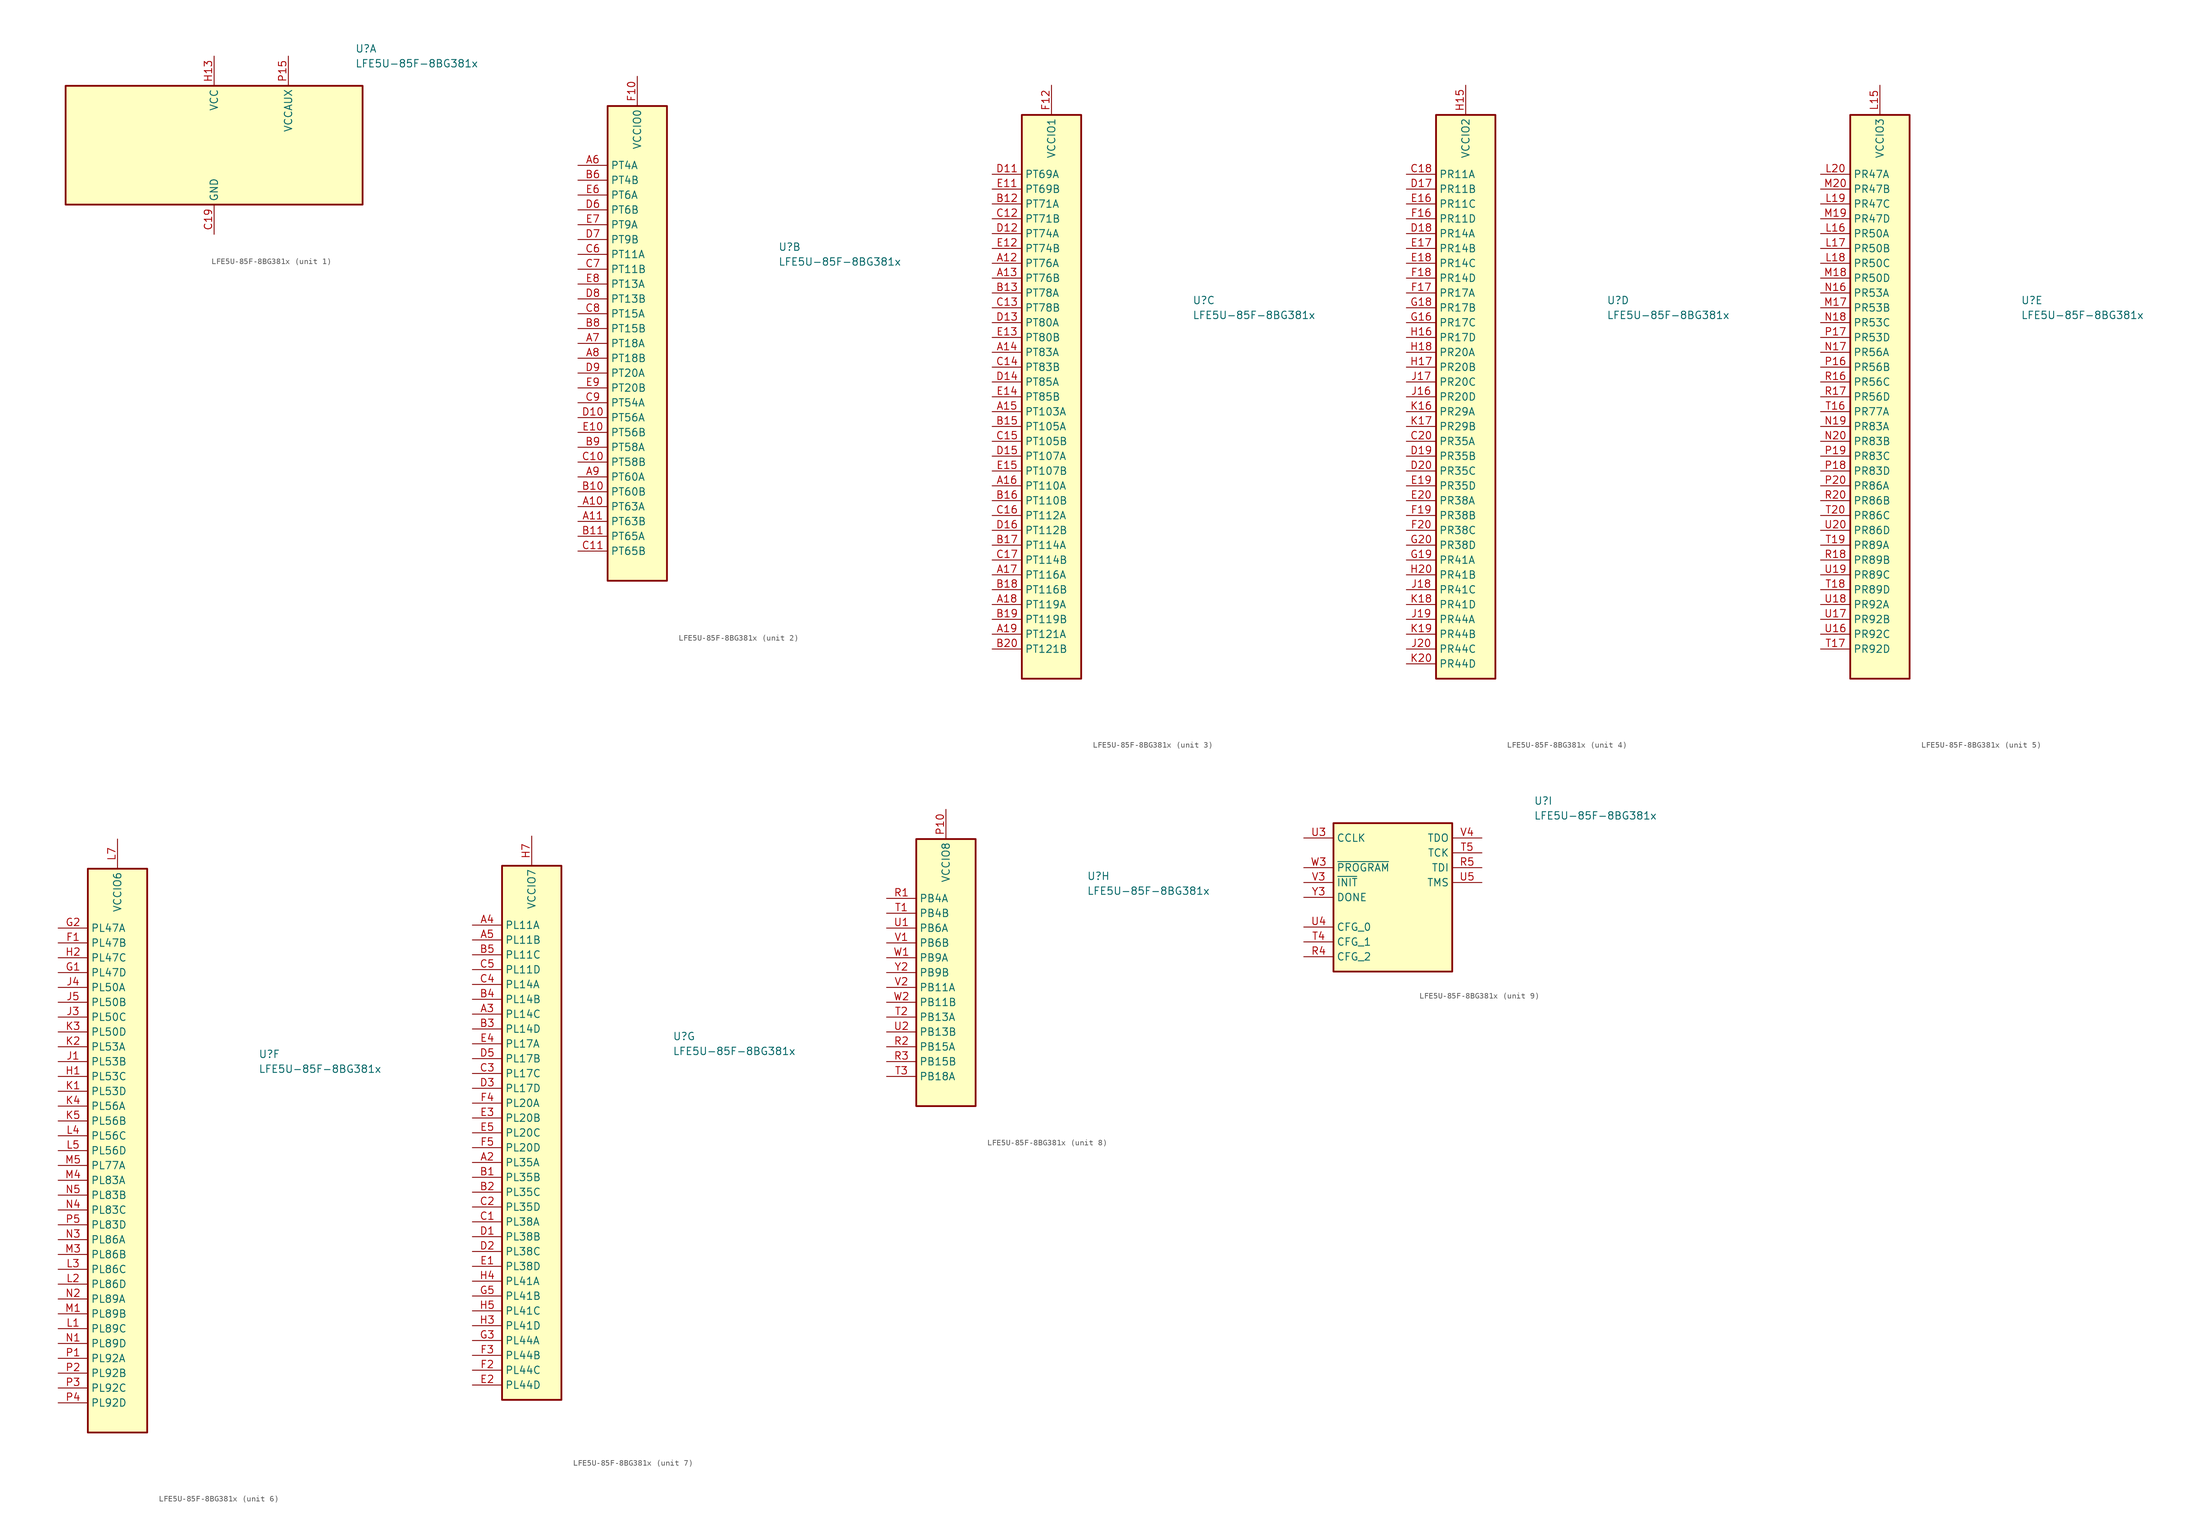
<source format=kicad_sym>
(kicad_symbol_lib
  (version 20241209)
  (generator "kicad_symbol_editor")
  (generator_version "9.0")
  (symbol "LFE5U-85F-8BG381x"
    (property "Reference" "U"
      (at 24.13 16.51 0)
      (effects (font (size 1.27 1.27)) (justify left)))
    (property "Value" "LFE5U-85F-8BG381x"
      (at 24.13 13.97 0)
      (effects (font (size 1.27 1.27)) (justify left)))
    (property "ki_locked" ""
      (at 0 0 0)
      (effects (font (size 1.27 1.27))))
    (symbol "LFE5U-85F-8BG381x_1_1"
      (rectangle (start -25.4 10.16) (end 25.4 -10.16) (stroke (width 0.305) (type default)) (fill (type background)))
      (pin no_connect line (at -25.4 2.54 0) (length 5.08) hide (name "RESERVED" (effects (font (size 1.27 1.27)))) (number "W4" (effects (font (size 1.27 1.27)))))
      (pin no_connect line (at -25.4 0 0) (length 5.08) hide (name "RESERVED" (effects (font (size 1.27 1.27)))) (number "W5" (effects (font (size 1.27 1.27)))))
      (pin no_connect line (at -25.4 -2.54 0) (length 5.08) hide (name "RESERVED" (effects (font (size 1.27 1.27)))) (number "W8" (effects (font (size 1.27 1.27)))))
      (pin no_connect line (at -25.4 -5.08 0) (length 5.08) hide (name "RESERVED" (effects (font (size 1.27 1.27)))) (number "W9" (effects (font (size 1.27 1.27)))))
      (pin passive line (at 0 15.24 270) (length 5.08) hide (name "VCC" (effects (font (size 1.27 1.27)))) (number "H10" (effects (font (size 1.27 1.27)))))
      (pin passive line (at 0 15.24 270) (length 5.08) hide (name "VCC" (effects (font (size 1.27 1.27)))) (number "H11" (effects (font (size 1.27 1.27)))))
      (pin passive line (at 0 15.24 270) (length 5.08) hide (name "VCC" (effects (font (size 1.27 1.27)))) (number "H12" (effects (font (size 1.27 1.27)))))
      (pin power_in line (at 0 15.24 270) (length 5.08) (name "VCC" (effects (font (size 1.27 1.27)))) (number "H13" (effects (font (size 1.27 1.27)))))
      (pin passive line (at 0 15.24 270) (length 5.08) hide (name "VCC" (effects (font (size 1.27 1.27)))) (number "H8" (effects (font (size 1.27 1.27)))))
      (pin passive line (at 0 15.24 270) (length 5.08) hide (name "VCC" (effects (font (size 1.27 1.27)))) (number "H9" (effects (font (size 1.27 1.27)))))
      (pin passive line (at 0 15.24 270) (length 5.08) hide (name "VCC" (effects (font (size 1.27 1.27)))) (number "J13" (effects (font (size 1.27 1.27)))))
      (pin passive line (at 0 15.24 270) (length 5.08) hide (name "VCC" (effects (font (size 1.27 1.27)))) (number "J8" (effects (font (size 1.27 1.27)))))
      (pin passive line (at 0 15.24 270) (length 5.08) hide (name "VCC" (effects (font (size 1.27 1.27)))) (number "K13" (effects (font (size 1.27 1.27)))))
      (pin passive line (at 0 15.24 270) (length 5.08) hide (name "VCC" (effects (font (size 1.27 1.27)))) (number "K8" (effects (font (size 1.27 1.27)))))
      (pin passive line (at 0 15.24 270) (length 5.08) hide (name "VCC" (effects (font (size 1.27 1.27)))) (number "L13" (effects (font (size 1.27 1.27)))))
      (pin passive line (at 0 15.24 270) (length 5.08) hide (name "VCC" (effects (font (size 1.27 1.27)))) (number "L8" (effects (font (size 1.27 1.27)))))
      (pin passive line (at 0 15.24 270) (length 5.08) hide (name "VCC" (effects (font (size 1.27 1.27)))) (number "M13" (effects (font (size 1.27 1.27)))))
      (pin passive line (at 0 15.24 270) (length 5.08) hide (name "VCC" (effects (font (size 1.27 1.27)))) (number "M8" (effects (font (size 1.27 1.27)))))
      (pin passive line (at 0 15.24 270) (length 5.08) hide (name "VCC" (effects (font (size 1.27 1.27)))) (number "N10" (effects (font (size 1.27 1.27)))))
      (pin passive line (at 0 15.24 270) (length 5.08) hide (name "VCC" (effects (font (size 1.27 1.27)))) (number "N11" (effects (font (size 1.27 1.27)))))
      (pin passive line (at 0 15.24 270) (length 5.08) hide (name "VCC" (effects (font (size 1.27 1.27)))) (number "N12" (effects (font (size 1.27 1.27)))))
      (pin passive line (at 0 15.24 270) (length 5.08) hide (name "VCC" (effects (font (size 1.27 1.27)))) (number "N13" (effects (font (size 1.27 1.27)))))
      (pin passive line (at 0 15.24 270) (length 5.08) hide (name "VCC" (effects (font (size 1.27 1.27)))) (number "N8" (effects (font (size 1.27 1.27)))))
      (pin passive line (at 0 15.24 270) (length 5.08) hide (name "VCC" (effects (font (size 1.27 1.27)))) (number "N9" (effects (font (size 1.27 1.27)))))
      (pin passive line (at 0 -15.24 90) (length 5.08) hide (name "GND" (effects (font (size 1.27 1.27)))) (number "B14" (effects (font (size 1.27 1.27)))))
      (pin passive line (at 0 -15.24 90) (length 5.08) hide (name "GND" (effects (font (size 1.27 1.27)))) (number "B7" (effects (font (size 1.27 1.27)))))
      (pin power_in line (at 0 -15.24 90) (length 5.08) (name "GND" (effects (font (size 1.27 1.27)))) (number "C19" (effects (font (size 1.27 1.27)))))
      (pin passive line (at 0 -15.24 90) (length 5.08) hide (name "GND" (effects (font (size 1.27 1.27)))) (number "D4" (effects (font (size 1.27 1.27)))))
      (pin passive line (at 0 -15.24 90) (length 5.08) hide (name "GND" (effects (font (size 1.27 1.27)))) (number "F13" (effects (font (size 1.27 1.27)))))
      (pin passive line (at 0 -15.24 90) (length 5.08) hide (name "GND" (effects (font (size 1.27 1.27)))) (number "F14" (effects (font (size 1.27 1.27)))))
      (pin passive line (at 0 -15.24 90) (length 5.08) hide (name "GND" (effects (font (size 1.27 1.27)))) (number "F7" (effects (font (size 1.27 1.27)))))
      (pin passive line (at 0 -15.24 90) (length 5.08) hide (name "GND" (effects (font (size 1.27 1.27)))) (number "F8" (effects (font (size 1.27 1.27)))))
      (pin passive line (at 0 -15.24 90) (length 5.08) hide (name "GND" (effects (font (size 1.27 1.27)))) (number "G10" (effects (font (size 1.27 1.27)))))
      (pin passive line (at 0 -15.24 90) (length 5.08) hide (name "GND" (effects (font (size 1.27 1.27)))) (number "G11" (effects (font (size 1.27 1.27)))))
      (pin passive line (at 0 -15.24 90) (length 5.08) hide (name "GND" (effects (font (size 1.27 1.27)))) (number "G12" (effects (font (size 1.27 1.27)))))
      (pin passive line (at 0 -15.24 90) (length 5.08) hide (name "GND" (effects (font (size 1.27 1.27)))) (number "G13" (effects (font (size 1.27 1.27)))))
      (pin passive line (at 0 -15.24 90) (length 5.08) hide (name "GND" (effects (font (size 1.27 1.27)))) (number "G14" (effects (font (size 1.27 1.27)))))
      (pin passive line (at 0 -15.24 90) (length 5.08) hide (name "GND" (effects (font (size 1.27 1.27)))) (number "G15" (effects (font (size 1.27 1.27)))))
      (pin passive line (at 0 -15.24 90) (length 5.08) hide (name "GND" (effects (font (size 1.27 1.27)))) (number "G17" (effects (font (size 1.27 1.27)))))
      (pin passive line (at 0 -15.24 90) (length 5.08) hide (name "GND" (effects (font (size 1.27 1.27)))) (number "G4" (effects (font (size 1.27 1.27)))))
      (pin passive line (at 0 -15.24 90) (length 5.08) hide (name "GND" (effects (font (size 1.27 1.27)))) (number "G6" (effects (font (size 1.27 1.27)))))
      (pin passive line (at 0 -15.24 90) (length 5.08) hide (name "GND" (effects (font (size 1.27 1.27)))) (number "G7" (effects (font (size 1.27 1.27)))))
      (pin passive line (at 0 -15.24 90) (length 5.08) hide (name "GND" (effects (font (size 1.27 1.27)))) (number "G8" (effects (font (size 1.27 1.27)))))
      (pin passive line (at 0 -15.24 90) (length 5.08) hide (name "GND" (effects (font (size 1.27 1.27)))) (number "G9" (effects (font (size 1.27 1.27)))))
      (pin passive line (at 0 -15.24 90) (length 5.08) hide (name "GND" (effects (font (size 1.27 1.27)))) (number "H19" (effects (font (size 1.27 1.27)))))
      (pin passive line (at 0 -15.24 90) (length 5.08) hide (name "GND" (effects (font (size 1.27 1.27)))) (number "J10" (effects (font (size 1.27 1.27)))))
      (pin passive line (at 0 -15.24 90) (length 5.08) hide (name "GND" (effects (font (size 1.27 1.27)))) (number "J11" (effects (font (size 1.27 1.27)))))
      (pin passive line (at 0 -15.24 90) (length 5.08) hide (name "GND" (effects (font (size 1.27 1.27)))) (number "J12" (effects (font (size 1.27 1.27)))))
      (pin passive line (at 0 -15.24 90) (length 5.08) hide (name "GND" (effects (font (size 1.27 1.27)))) (number "J14" (effects (font (size 1.27 1.27)))))
      (pin passive line (at 0 -15.24 90) (length 5.08) hide (name "GND" (effects (font (size 1.27 1.27)))) (number "J2" (effects (font (size 1.27 1.27)))))
      (pin passive line (at 0 -15.24 90) (length 5.08) hide (name "GND" (effects (font (size 1.27 1.27)))) (number "J7" (effects (font (size 1.27 1.27)))))
      (pin passive line (at 0 -15.24 90) (length 5.08) hide (name "GND" (effects (font (size 1.27 1.27)))) (number "J9" (effects (font (size 1.27 1.27)))))
      (pin passive line (at 0 -15.24 90) (length 5.08) hide (name "GND" (effects (font (size 1.27 1.27)))) (number "K10" (effects (font (size 1.27 1.27)))))
      (pin passive line (at 0 -15.24 90) (length 5.08) hide (name "GND" (effects (font (size 1.27 1.27)))) (number "K11" (effects (font (size 1.27 1.27)))))
      (pin passive line (at 0 -15.24 90) (length 5.08) hide (name "GND" (effects (font (size 1.27 1.27)))) (number "K12" (effects (font (size 1.27 1.27)))))
      (pin passive line (at 0 -15.24 90) (length 5.08) hide (name "GND" (effects (font (size 1.27 1.27)))) (number "K14" (effects (font (size 1.27 1.27)))))
      (pin passive line (at 0 -15.24 90) (length 5.08) hide (name "GND" (effects (font (size 1.27 1.27)))) (number "K15" (effects (font (size 1.27 1.27)))))
      (pin passive line (at 0 -15.24 90) (length 5.08) hide (name "GND" (effects (font (size 1.27 1.27)))) (number "K6" (effects (font (size 1.27 1.27)))))
      (pin passive line (at 0 -15.24 90) (length 5.08) hide (name "GND" (effects (font (size 1.27 1.27)))) (number "K7" (effects (font (size 1.27 1.27)))))
      (pin passive line (at 0 -15.24 90) (length 5.08) hide (name "GND" (effects (font (size 1.27 1.27)))) (number "K9" (effects (font (size 1.27 1.27)))))
      (pin passive line (at 0 -15.24 90) (length 5.08) hide (name "GND" (effects (font (size 1.27 1.27)))) (number "L10" (effects (font (size 1.27 1.27)))))
      (pin passive line (at 0 -15.24 90) (length 5.08) hide (name "GND" (effects (font (size 1.27 1.27)))) (number "L11" (effects (font (size 1.27 1.27)))))
      (pin passive line (at 0 -15.24 90) (length 5.08) hide (name "GND" (effects (font (size 1.27 1.27)))) (number "L12" (effects (font (size 1.27 1.27)))))
      (pin passive line (at 0 -15.24 90) (length 5.08) hide (name "GND" (effects (font (size 1.27 1.27)))) (number "L9" (effects (font (size 1.27 1.27)))))
      (pin passive line (at 0 -15.24 90) (length 5.08) hide (name "GND" (effects (font (size 1.27 1.27)))) (number "M10" (effects (font (size 1.27 1.27)))))
      (pin passive line (at 0 -15.24 90) (length 5.08) hide (name "GND" (effects (font (size 1.27 1.27)))) (number "M11" (effects (font (size 1.27 1.27)))))
      (pin passive line (at 0 -15.24 90) (length 5.08) hide (name "GND" (effects (font (size 1.27 1.27)))) (number "M12" (effects (font (size 1.27 1.27)))))
      (pin passive line (at 0 -15.24 90) (length 5.08) hide (name "GND" (effects (font (size 1.27 1.27)))) (number "M14" (effects (font (size 1.27 1.27)))))
      (pin passive line (at 0 -15.24 90) (length 5.08) hide (name "GND" (effects (font (size 1.27 1.27)))) (number "M16" (effects (font (size 1.27 1.27)))))
      (pin passive line (at 0 -15.24 90) (length 5.08) hide (name "GND" (effects (font (size 1.27 1.27)))) (number "M2" (effects (font (size 1.27 1.27)))))
      (pin passive line (at 0 -15.24 90) (length 5.08) hide (name "GND" (effects (font (size 1.27 1.27)))) (number "M7" (effects (font (size 1.27 1.27)))))
      (pin passive line (at 0 -15.24 90) (length 5.08) hide (name "GND" (effects (font (size 1.27 1.27)))) (number "M9" (effects (font (size 1.27 1.27)))))
      (pin passive line (at 0 -15.24 90) (length 5.08) hide (name "GND" (effects (font (size 1.27 1.27)))) (number "N14" (effects (font (size 1.27 1.27)))))
      (pin passive line (at 0 -15.24 90) (length 5.08) hide (name "GND" (effects (font (size 1.27 1.27)))) (number "N15" (effects (font (size 1.27 1.27)))))
      (pin passive line (at 0 -15.24 90) (length 5.08) hide (name "GND" (effects (font (size 1.27 1.27)))) (number "N6" (effects (font (size 1.27 1.27)))))
      (pin passive line (at 0 -15.24 90) (length 5.08) hide (name "GND" (effects (font (size 1.27 1.27)))) (number "N7" (effects (font (size 1.27 1.27)))))
      (pin passive line (at 0 -15.24 90) (length 5.08) hide (name "GND" (effects (font (size 1.27 1.27)))) (number "P11" (effects (font (size 1.27 1.27)))))
      (pin passive line (at 0 -15.24 90) (length 5.08) hide (name "GND" (effects (font (size 1.27 1.27)))) (number "P12" (effects (font (size 1.27 1.27)))))
      (pin passive line (at 0 -15.24 90) (length 5.08) hide (name "GND" (effects (font (size 1.27 1.27)))) (number "P13" (effects (font (size 1.27 1.27)))))
      (pin passive line (at 0 -15.24 90) (length 5.08) hide (name "GND" (effects (font (size 1.27 1.27)))) (number "P14" (effects (font (size 1.27 1.27)))))
      (pin passive line (at 0 -15.24 90) (length 5.08) hide (name "GND" (effects (font (size 1.27 1.27)))) (number "P7" (effects (font (size 1.27 1.27)))))
      (pin passive line (at 0 -15.24 90) (length 5.08) hide (name "GND" (effects (font (size 1.27 1.27)))) (number "P8" (effects (font (size 1.27 1.27)))))
      (pin passive line (at 0 -15.24 90) (length 5.08) hide (name "GND" (effects (font (size 1.27 1.27)))) (number "R19" (effects (font (size 1.27 1.27)))))
      (pin passive line (at 0 -15.24 90) (length 5.08) hide (name "GND" (effects (font (size 1.27 1.27)))) (number "T10" (effects (font (size 1.27 1.27)))))
      (pin passive line (at 0 -15.24 90) (length 5.08) hide (name "GND" (effects (font (size 1.27 1.27)))) (number "T11" (effects (font (size 1.27 1.27)))))
      (pin passive line (at 0 -15.24 90) (length 5.08) hide (name "GND" (effects (font (size 1.27 1.27)))) (number "T12" (effects (font (size 1.27 1.27)))))
      (pin passive line (at 0 -15.24 90) (length 5.08) hide (name "GND" (effects (font (size 1.27 1.27)))) (number "T13" (effects (font (size 1.27 1.27)))))
      (pin passive line (at 0 -15.24 90) (length 5.08) hide (name "GND" (effects (font (size 1.27 1.27)))) (number "T14" (effects (font (size 1.27 1.27)))))
      (pin passive line (at 0 -15.24 90) (length 5.08) hide (name "GND" (effects (font (size 1.27 1.27)))) (number "T15" (effects (font (size 1.27 1.27)))))
      (pin passive line (at 0 -15.24 90) (length 5.08) hide (name "GND" (effects (font (size 1.27 1.27)))) (number "T6" (effects (font (size 1.27 1.27)))))
      (pin passive line (at 0 -15.24 90) (length 5.08) hide (name "GND" (effects (font (size 1.27 1.27)))) (number "T7" (effects (font (size 1.27 1.27)))))
      (pin passive line (at 0 -15.24 90) (length 5.08) hide (name "GND" (effects (font (size 1.27 1.27)))) (number "T8" (effects (font (size 1.27 1.27)))))
      (pin passive line (at 0 -15.24 90) (length 5.08) hide (name "GND" (effects (font (size 1.27 1.27)))) (number "T9" (effects (font (size 1.27 1.27)))))
      (pin passive line (at 0 -15.24 90) (length 5.08) hide (name "GND" (effects (font (size 1.27 1.27)))) (number "U10" (effects (font (size 1.27 1.27)))))
      (pin passive line (at 0 -15.24 90) (length 5.08) hide (name "GND" (effects (font (size 1.27 1.27)))) (number "U11" (effects (font (size 1.27 1.27)))))
      (pin passive line (at 0 -15.24 90) (length 5.08) hide (name "GND" (effects (font (size 1.27 1.27)))) (number "U12" (effects (font (size 1.27 1.27)))))
      (pin passive line (at 0 -15.24 90) (length 5.08) hide (name "GND" (effects (font (size 1.27 1.27)))) (number "U13" (effects (font (size 1.27 1.27)))))
      (pin passive line (at 0 -15.24 90) (length 5.08) hide (name "GND" (effects (font (size 1.27 1.27)))) (number "U14" (effects (font (size 1.27 1.27)))))
      (pin passive line (at 0 -15.24 90) (length 5.08) hide (name "GND" (effects (font (size 1.27 1.27)))) (number "U15" (effects (font (size 1.27 1.27)))))
      (pin passive line (at 0 -15.24 90) (length 5.08) hide (name "GND" (effects (font (size 1.27 1.27)))) (number "U6" (effects (font (size 1.27 1.27)))))
      (pin passive line (at 0 -15.24 90) (length 5.08) hide (name "GND" (effects (font (size 1.27 1.27)))) (number "U7" (effects (font (size 1.27 1.27)))))
      (pin passive line (at 0 -15.24 90) (length 5.08) hide (name "GND" (effects (font (size 1.27 1.27)))) (number "U8" (effects (font (size 1.27 1.27)))))
      (pin passive line (at 0 -15.24 90) (length 5.08) hide (name "GND" (effects (font (size 1.27 1.27)))) (number "U9" (effects (font (size 1.27 1.27)))))
      (pin passive line (at 0 -15.24 90) (length 5.08) hide (name "GND" (effects (font (size 1.27 1.27)))) (number "V10" (effects (font (size 1.27 1.27)))))
      (pin passive line (at 0 -15.24 90) (length 5.08) hide (name "GND" (effects (font (size 1.27 1.27)))) (number "V11" (effects (font (size 1.27 1.27)))))
      (pin passive line (at 0 -15.24 90) (length 5.08) hide (name "GND" (effects (font (size 1.27 1.27)))) (number "V12" (effects (font (size 1.27 1.27)))))
      (pin passive line (at 0 -15.24 90) (length 5.08) hide (name "GND" (effects (font (size 1.27 1.27)))) (number "V13" (effects (font (size 1.27 1.27)))))
      (pin passive line (at 0 -15.24 90) (length 5.08) hide (name "GND" (effects (font (size 1.27 1.27)))) (number "V14" (effects (font (size 1.27 1.27)))))
      (pin passive line (at 0 -15.24 90) (length 5.08) hide (name "GND" (effects (font (size 1.27 1.27)))) (number "V15" (effects (font (size 1.27 1.27)))))
      (pin passive line (at 0 -15.24 90) (length 5.08) hide (name "GND" (effects (font (size 1.27 1.27)))) (number "V16" (effects (font (size 1.27 1.27)))))
      (pin passive line (at 0 -15.24 90) (length 5.08) hide (name "GND" (effects (font (size 1.27 1.27)))) (number "V17" (effects (font (size 1.27 1.27)))))
      (pin passive line (at 0 -15.24 90) (length 5.08) hide (name "GND" (effects (font (size 1.27 1.27)))) (number "V18" (effects (font (size 1.27 1.27)))))
      (pin passive line (at 0 -15.24 90) (length 5.08) hide (name "GND" (effects (font (size 1.27 1.27)))) (number "V19" (effects (font (size 1.27 1.27)))))
      (pin passive line (at 0 -15.24 90) (length 5.08) hide (name "GND" (effects (font (size 1.27 1.27)))) (number "V20" (effects (font (size 1.27 1.27)))))
      (pin passive line (at 0 -15.24 90) (length 5.08) hide (name "GND" (effects (font (size 1.27 1.27)))) (number "V5" (effects (font (size 1.27 1.27)))))
      (pin passive line (at 0 -15.24 90) (length 5.08) hide (name "GND" (effects (font (size 1.27 1.27)))) (number "V6" (effects (font (size 1.27 1.27)))))
      (pin passive line (at 0 -15.24 90) (length 5.08) hide (name "GND" (effects (font (size 1.27 1.27)))) (number "V7" (effects (font (size 1.27 1.27)))))
      (pin passive line (at 0 -15.24 90) (length 5.08) hide (name "GND" (effects (font (size 1.27 1.27)))) (number "V8" (effects (font (size 1.27 1.27)))))
      (pin passive line (at 0 -15.24 90) (length 5.08) hide (name "GND" (effects (font (size 1.27 1.27)))) (number "V9" (effects (font (size 1.27 1.27)))))
      (pin passive line (at 0 -15.24 90) (length 5.08) hide (name "GND" (effects (font (size 1.27 1.27)))) (number "W12" (effects (font (size 1.27 1.27)))))
      (pin passive line (at 0 -15.24 90) (length 5.08) hide (name "GND" (effects (font (size 1.27 1.27)))) (number "W15" (effects (font (size 1.27 1.27)))))
      (pin passive line (at 0 -15.24 90) (length 5.08) hide (name "GND" (effects (font (size 1.27 1.27)))) (number "W16" (effects (font (size 1.27 1.27)))))
      (pin passive line (at 0 -15.24 90) (length 5.08) hide (name "GND" (effects (font (size 1.27 1.27)))) (number "W19" (effects (font (size 1.27 1.27)))))
      (pin passive line (at 0 -15.24 90) (length 5.08) hide (name "GND" (effects (font (size 1.27 1.27)))) (number "W20" (effects (font (size 1.27 1.27)))))
      (pin passive line (at 0 -15.24 90) (length 5.08) hide (name "GND" (effects (font (size 1.27 1.27)))) (number "W6" (effects (font (size 1.27 1.27)))))
      (pin passive line (at 0 -15.24 90) (length 5.08) hide (name "GND" (effects (font (size 1.27 1.27)))) (number "W7" (effects (font (size 1.27 1.27)))))
      (pin passive line (at 0 -15.24 90) (length 5.08) hide (name "GND" (effects (font (size 1.27 1.27)))) (number "Y11" (effects (font (size 1.27 1.27)))))
      (pin passive line (at 0 -15.24 90) (length 5.08) hide (name "GND" (effects (font (size 1.27 1.27)))) (number "Y12" (effects (font (size 1.27 1.27)))))
      (pin passive line (at 0 -15.24 90) (length 5.08) hide (name "GND" (effects (font (size 1.27 1.27)))) (number "Y14" (effects (font (size 1.27 1.27)))))
      (pin passive line (at 0 -15.24 90) (length 5.08) hide (name "GND" (effects (font (size 1.27 1.27)))) (number "Y15" (effects (font (size 1.27 1.27)))))
      (pin passive line (at 0 -15.24 90) (length 5.08) hide (name "GND" (effects (font (size 1.27 1.27)))) (number "Y16" (effects (font (size 1.27 1.27)))))
      (pin passive line (at 0 -15.24 90) (length 5.08) hide (name "GND" (effects (font (size 1.27 1.27)))) (number "Y17" (effects (font (size 1.27 1.27)))))
      (pin passive line (at 0 -15.24 90) (length 5.08) hide (name "GND" (effects (font (size 1.27 1.27)))) (number "Y19" (effects (font (size 1.27 1.27)))))
      (pin passive line (at 0 -15.24 90) (length 5.08) hide (name "GND" (effects (font (size 1.27 1.27)))) (number "Y5" (effects (font (size 1.27 1.27)))))
      (pin passive line (at 0 -15.24 90) (length 5.08) hide (name "GND" (effects (font (size 1.27 1.27)))) (number "Y6" (effects (font (size 1.27 1.27)))))
      (pin passive line (at 0 -15.24 90) (length 5.08) hide (name "GND" (effects (font (size 1.27 1.27)))) (number "Y7" (effects (font (size 1.27 1.27)))))
      (pin passive line (at 0 -15.24 90) (length 5.08) hide (name "GND" (effects (font (size 1.27 1.27)))) (number "Y8" (effects (font (size 1.27 1.27)))))
      (pin passive line (at 12.7 15.24 270) (length 5.08) hide (name "VCCAUX" (effects (font (size 1.27 1.27)))) (number "F15" (effects (font (size 1.27 1.27)))))
      (pin passive line (at 12.7 15.24 270) (length 5.08) hide (name "VCCAUX" (effects (font (size 1.27 1.27)))) (number "F6" (effects (font (size 1.27 1.27)))))
      (pin power_in line (at 12.7 15.24 270) (length 5.08) (name "VCCAUX" (effects (font (size 1.27 1.27)))) (number "P15" (effects (font (size 1.27 1.27)))))
      (pin passive line (at 12.7 15.24 270) (length 5.08) hide (name "VCCAUX" (effects (font (size 1.27 1.27)))) (number "P6" (effects (font (size 1.27 1.27)))))
      (pin no_connect line (at 25.4 2.54 180) (length 5.08) hide (name "RESERVED" (effects (font (size 1.27 1.27)))) (number "W18" (effects (font (size 1.27 1.27)))))
      (pin no_connect line (at 25.4 0 180) (length 5.08) hide (name "RESERVED" (effects (font (size 1.27 1.27)))) (number "W17" (effects (font (size 1.27 1.27)))))
      (pin no_connect line (at 25.4 -2.54 180) (length 5.08) hide (name "RESERVED" (effects (font (size 1.27 1.27)))) (number "W14" (effects (font (size 1.27 1.27)))))
      (pin no_connect line (at 25.4 -5.08 180) (length 5.08) hide (name "RESERVED" (effects (font (size 1.27 1.27)))) (number "W13" (effects (font (size 1.27 1.27))))))
    (symbol "LFE5U-85F-8BG381x_2_1"
      (rectangle (start -5.08 40.64) (end 5.08 -40.64) (stroke (width 0.305) (type default)) (fill (type background)))
      (pin bidirectional line (at -10.16 30.48 0) (length 5.08) (name "PT4A" (effects (font (size 1.27 1.27)))) (number "A6" (effects (font (size 1.27 1.27)))))
      (pin bidirectional line (at -10.16 27.94 0) (length 5.08) (name "PT4B" (effects (font (size 1.27 1.27)))) (number "B6" (effects (font (size 1.27 1.27)))))
      (pin bidirectional line (at -10.16 25.4 0) (length 5.08) (name "PT6A" (effects (font (size 1.27 1.27)))) (number "E6" (effects (font (size 1.27 1.27)))))
      (pin bidirectional line (at -10.16 22.86 0) (length 5.08) (name "PT6B" (effects (font (size 1.27 1.27)))) (number "D6" (effects (font (size 1.27 1.27)))))
      (pin bidirectional line (at -10.16 20.32 0) (length 5.08) (name "PT9A" (effects (font (size 1.27 1.27)))) (number "E7" (effects (font (size 1.27 1.27)))))
      (pin bidirectional line (at -10.16 17.78 0) (length 5.08) (name "PT9B" (effects (font (size 1.27 1.27)))) (number "D7" (effects (font (size 1.27 1.27)))))
      (pin bidirectional line (at -10.16 15.24 0) (length 5.08) (name "PT11A" (effects (font (size 1.27 1.27)))) (number "C6" (effects (font (size 1.27 1.27)))))
      (pin bidirectional line (at -10.16 12.7 0) (length 5.08) (name "PT11B" (effects (font (size 1.27 1.27)))) (number "C7" (effects (font (size 1.27 1.27)))))
      (pin bidirectional line (at -10.16 10.16 0) (length 5.08) (name "PT13A" (effects (font (size 1.27 1.27)))) (number "E8" (effects (font (size 1.27 1.27)))))
      (pin bidirectional line (at -10.16 7.62 0) (length 5.08) (name "PT13B" (effects (font (size 1.27 1.27)))) (number "D8" (effects (font (size 1.27 1.27)))))
      (pin bidirectional line (at -10.16 5.08 0) (length 5.08) (name "PT15A" (effects (font (size 1.27 1.27)))) (number "C8" (effects (font (size 1.27 1.27)))))
      (pin bidirectional line (at -10.16 2.54 0) (length 5.08) (name "PT15B" (effects (font (size 1.27 1.27)))) (number "B8" (effects (font (size 1.27 1.27)))))
      (pin bidirectional line (at -10.16 0 0) (length 5.08) (name "PT18A" (effects (font (size 1.27 1.27)))) (number "A7" (effects (font (size 1.27 1.27)))))
      (pin bidirectional line (at -10.16 -2.54 0) (length 5.08) (name "PT18B" (effects (font (size 1.27 1.27)))) (number "A8" (effects (font (size 1.27 1.27)))))
      (pin bidirectional line (at -10.16 -5.08 0) (length 5.08) (name "PT20A" (effects (font (size 1.27 1.27)))) (number "D9" (effects (font (size 1.27 1.27)))))
      (pin bidirectional line (at -10.16 -7.62 0) (length 5.08) (name "PT20B" (effects (font (size 1.27 1.27)))) (number "E9" (effects (font (size 1.27 1.27)))))
      (pin bidirectional line (at -10.16 -10.16 0) (length 5.08) (name "PT54A" (effects (font (size 1.27 1.27)))) (number "C9" (effects (font (size 1.27 1.27)))))
      (pin bidirectional line (at -10.16 -12.7 0) (length 5.08) (name "PT56A" (effects (font (size 1.27 1.27)))) (number "D10" (effects (font (size 1.27 1.27)))))
      (pin bidirectional line (at -10.16 -15.24 0) (length 5.08) (name "PT56B" (effects (font (size 1.27 1.27)))) (number "E10" (effects (font (size 1.27 1.27)))))
      (pin bidirectional line (at -10.16 -17.78 0) (length 5.08) (name "PT58A" (effects (font (size 1.27 1.27)))) (number "B9" (effects (font (size 1.27 1.27)))))
      (pin bidirectional line (at -10.16 -20.32 0) (length 5.08) (name "PT58B" (effects (font (size 1.27 1.27)))) (number "C10" (effects (font (size 1.27 1.27)))))
      (pin bidirectional line (at -10.16 -22.86 0) (length 5.08) (name "PT60A" (effects (font (size 1.27 1.27)))) (number "A9" (effects (font (size 1.27 1.27)))))
      (pin bidirectional line (at -10.16 -25.4 0) (length 5.08) (name "PT60B" (effects (font (size 1.27 1.27)))) (number "B10" (effects (font (size 1.27 1.27)))))
      (pin bidirectional line (at -10.16 -27.94 0) (length 5.08) (name "PT63A" (effects (font (size 1.27 1.27)))) (number "A10" (effects (font (size 1.27 1.27)))))
      (pin bidirectional line (at -10.16 -30.48 0) (length 5.08) (name "PT63B" (effects (font (size 1.27 1.27)))) (number "A11" (effects (font (size 1.27 1.27)))))
      (pin bidirectional line (at -10.16 -33.02 0) (length 5.08) (name "PT65A" (effects (font (size 1.27 1.27)))) (number "B11" (effects (font (size 1.27 1.27)))))
      (pin bidirectional line (at -10.16 -35.56 0) (length 5.08) (name "PT65B" (effects (font (size 1.27 1.27)))) (number "C11" (effects (font (size 1.27 1.27)))))
      (pin power_in line (at 0 45.72 270) (length 5.08) (name "VCCIO0" (effects (font (size 1.27 1.27)))) (number "F10" (effects (font (size 1.27 1.27)))))
      (pin passive line (at 0 45.72 270) (length 5.08) hide (name "VCCIO0" (effects (font (size 1.27 1.27)))) (number "F9" (effects (font (size 1.27 1.27))))))
    (symbol "LFE5U-85F-8BG381x_3_1"
      (rectangle (start -5.08 48.26) (end 5.08 -48.26) (stroke (width 0.305) (type default)) (fill (type background)))
      (pin bidirectional line (at -10.16 38.1 0) (length 5.08) (name "PT69A" (effects (font (size 1.27 1.27)))) (number "D11" (effects (font (size 1.27 1.27)))))
      (pin bidirectional line (at -10.16 35.56 0) (length 5.08) (name "PT69B" (effects (font (size 1.27 1.27)))) (number "E11" (effects (font (size 1.27 1.27)))))
      (pin bidirectional line (at -10.16 33.02 0) (length 5.08) (name "PT71A" (effects (font (size 1.27 1.27)))) (number "B12" (effects (font (size 1.27 1.27)))))
      (pin bidirectional line (at -10.16 30.48 0) (length 5.08) (name "PT71B" (effects (font (size 1.27 1.27)))) (number "C12" (effects (font (size 1.27 1.27)))))
      (pin bidirectional line (at -10.16 27.94 0) (length 5.08) (name "PT74A" (effects (font (size 1.27 1.27)))) (number "D12" (effects (font (size 1.27 1.27)))))
      (pin bidirectional line (at -10.16 25.4 0) (length 5.08) (name "PT74B" (effects (font (size 1.27 1.27)))) (number "E12" (effects (font (size 1.27 1.27)))))
      (pin bidirectional line (at -10.16 22.86 0) (length 5.08) (name "PT76A" (effects (font (size 1.27 1.27)))) (number "A12" (effects (font (size 1.27 1.27)))))
      (pin bidirectional line (at -10.16 20.32 0) (length 5.08) (name "PT76B" (effects (font (size 1.27 1.27)))) (number "A13" (effects (font (size 1.27 1.27)))))
      (pin bidirectional line (at -10.16 17.78 0) (length 5.08) (name "PT78A" (effects (font (size 1.27 1.27)))) (number "B13" (effects (font (size 1.27 1.27)))))
      (pin bidirectional line (at -10.16 15.24 0) (length 5.08) (name "PT78B" (effects (font (size 1.27 1.27)))) (number "C13" (effects (font (size 1.27 1.27)))))
      (pin bidirectional line (at -10.16 12.7 0) (length 5.08) (name "PT80A" (effects (font (size 1.27 1.27)))) (number "D13" (effects (font (size 1.27 1.27)))))
      (pin bidirectional line (at -10.16 10.16 0) (length 5.08) (name "PT80B" (effects (font (size 1.27 1.27)))) (number "E13" (effects (font (size 1.27 1.27)))))
      (pin bidirectional line (at -10.16 7.62 0) (length 5.08) (name "PT83A" (effects (font (size 1.27 1.27)))) (number "A14" (effects (font (size 1.27 1.27)))))
      (pin bidirectional line (at -10.16 5.08 0) (length 5.08) (name "PT83B" (effects (font (size 1.27 1.27)))) (number "C14" (effects (font (size 1.27 1.27)))))
      (pin bidirectional line (at -10.16 2.54 0) (length 5.08) (name "PT85A" (effects (font (size 1.27 1.27)))) (number "D14" (effects (font (size 1.27 1.27)))))
      (pin bidirectional line (at -10.16 0 0) (length 5.08) (name "PT85B" (effects (font (size 1.27 1.27)))) (number "E14" (effects (font (size 1.27 1.27)))))
      (pin bidirectional line (at -10.16 -2.54 0) (length 5.08) (name "PT103A" (effects (font (size 1.27 1.27)))) (number "A15" (effects (font (size 1.27 1.27)))))
      (pin bidirectional line (at -10.16 -5.08 0) (length 5.08) (name "PT105A" (effects (font (size 1.27 1.27)))) (number "B15" (effects (font (size 1.27 1.27)))))
      (pin bidirectional line (at -10.16 -7.62 0) (length 5.08) (name "PT105B" (effects (font (size 1.27 1.27)))) (number "C15" (effects (font (size 1.27 1.27)))))
      (pin bidirectional line (at -10.16 -10.16 0) (length 5.08) (name "PT107A" (effects (font (size 1.27 1.27)))) (number "D15" (effects (font (size 1.27 1.27)))))
      (pin bidirectional line (at -10.16 -12.7 0) (length 5.08) (name "PT107B" (effects (font (size 1.27 1.27)))) (number "E15" (effects (font (size 1.27 1.27)))))
      (pin bidirectional line (at -10.16 -15.24 0) (length 5.08) (name "PT110A" (effects (font (size 1.27 1.27)))) (number "A16" (effects (font (size 1.27 1.27)))))
      (pin bidirectional line (at -10.16 -17.78 0) (length 5.08) (name "PT110B" (effects (font (size 1.27 1.27)))) (number "B16" (effects (font (size 1.27 1.27)))))
      (pin bidirectional line (at -10.16 -20.32 0) (length 5.08) (name "PT112A" (effects (font (size 1.27 1.27)))) (number "C16" (effects (font (size 1.27 1.27)))))
      (pin bidirectional line (at -10.16 -22.86 0) (length 5.08) (name "PT112B" (effects (font (size 1.27 1.27)))) (number "D16" (effects (font (size 1.27 1.27)))))
      (pin bidirectional line (at -10.16 -25.4 0) (length 5.08) (name "PT114A" (effects (font (size 1.27 1.27)))) (number "B17" (effects (font (size 1.27 1.27)))))
      (pin bidirectional line (at -10.16 -27.94 0) (length 5.08) (name "PT114B" (effects (font (size 1.27 1.27)))) (number "C17" (effects (font (size 1.27 1.27)))))
      (pin bidirectional line (at -10.16 -30.48 0) (length 5.08) (name "PT116A" (effects (font (size 1.27 1.27)))) (number "A17" (effects (font (size 1.27 1.27)))))
      (pin bidirectional line (at -10.16 -33.02 0) (length 5.08) (name "PT116B" (effects (font (size 1.27 1.27)))) (number "B18" (effects (font (size 1.27 1.27)))))
      (pin bidirectional line (at -10.16 -35.56 0) (length 5.08) (name "PT119A" (effects (font (size 1.27 1.27)))) (number "A18" (effects (font (size 1.27 1.27)))))
      (pin bidirectional line (at -10.16 -38.1 0) (length 5.08) (name "PT119B" (effects (font (size 1.27 1.27)))) (number "B19" (effects (font (size 1.27 1.27)))))
      (pin bidirectional line (at -10.16 -40.64 0) (length 5.08) (name "PT121A" (effects (font (size 1.27 1.27)))) (number "A19" (effects (font (size 1.27 1.27)))))
      (pin bidirectional line (at -10.16 -43.18 0) (length 5.08) (name "PT121B" (effects (font (size 1.27 1.27)))) (number "B20" (effects (font (size 1.27 1.27)))))
      (pin passive line (at 0 53.34 270) (length 5.08) hide (name "VCCIO1" (effects (font (size 1.27 1.27)))) (number "F11" (effects (font (size 1.27 1.27)))))
      (pin power_in line (at 0 53.34 270) (length 5.08) (name "VCCIO1" (effects (font (size 1.27 1.27)))) (number "F12" (effects (font (size 1.27 1.27))))))
    (symbol "LFE5U-85F-8BG381x_4_1"
      (rectangle (start -5.08 48.26) (end 5.08 -48.26) (stroke (width 0.305) (type default)) (fill (type background)))
      (pin bidirectional line (at -10.16 38.1 0) (length 5.08) (name "PR11A" (effects (font (size 1.27 1.27)))) (number "C18" (effects (font (size 1.27 1.27)))))
      (pin bidirectional line (at -10.16 35.56 0) (length 5.08) (name "PR11B" (effects (font (size 1.27 1.27)))) (number "D17" (effects (font (size 1.27 1.27)))))
      (pin bidirectional line (at -10.16 33.02 0) (length 5.08) (name "PR11C" (effects (font (size 1.27 1.27)))) (number "E16" (effects (font (size 1.27 1.27)))))
      (pin bidirectional line (at -10.16 30.48 0) (length 5.08) (name "PR11D" (effects (font (size 1.27 1.27)))) (number "F16" (effects (font (size 1.27 1.27)))))
      (pin bidirectional line (at -10.16 27.94 0) (length 5.08) (name "PR14A" (effects (font (size 1.27 1.27)))) (number "D18" (effects (font (size 1.27 1.27)))))
      (pin bidirectional line (at -10.16 25.4 0) (length 5.08) (name "PR14B" (effects (font (size 1.27 1.27)))) (number "E17" (effects (font (size 1.27 1.27)))))
      (pin bidirectional line (at -10.16 22.86 0) (length 5.08) (name "PR14C" (effects (font (size 1.27 1.27)))) (number "E18" (effects (font (size 1.27 1.27)))))
      (pin bidirectional line (at -10.16 20.32 0) (length 5.08) (name "PR14D" (effects (font (size 1.27 1.27)))) (number "F18" (effects (font (size 1.27 1.27)))))
      (pin bidirectional line (at -10.16 17.78 0) (length 5.08) (name "PR17A" (effects (font (size 1.27 1.27)))) (number "F17" (effects (font (size 1.27 1.27)))))
      (pin bidirectional line (at -10.16 15.24 0) (length 5.08) (name "PR17B" (effects (font (size 1.27 1.27)))) (number "G18" (effects (font (size 1.27 1.27)))))
      (pin bidirectional line (at -10.16 12.7 0) (length 5.08) (name "PR17C" (effects (font (size 1.27 1.27)))) (number "G16" (effects (font (size 1.27 1.27)))))
      (pin bidirectional line (at -10.16 10.16 0) (length 5.08) (name "PR17D" (effects (font (size 1.27 1.27)))) (number "H16" (effects (font (size 1.27 1.27)))))
      (pin bidirectional line (at -10.16 7.62 0) (length 5.08) (name "PR20A" (effects (font (size 1.27 1.27)))) (number "H18" (effects (font (size 1.27 1.27)))))
      (pin bidirectional line (at -10.16 5.08 0) (length 5.08) (name "PR20B" (effects (font (size 1.27 1.27)))) (number "H17" (effects (font (size 1.27 1.27)))))
      (pin bidirectional line (at -10.16 2.54 0) (length 5.08) (name "PR20C" (effects (font (size 1.27 1.27)))) (number "J17" (effects (font (size 1.27 1.27)))))
      (pin bidirectional line (at -10.16 0 0) (length 5.08) (name "PR20D" (effects (font (size 1.27 1.27)))) (number "J16" (effects (font (size 1.27 1.27)))))
      (pin bidirectional line (at -10.16 -2.54 0) (length 5.08) (name "PR29A" (effects (font (size 1.27 1.27)))) (number "K16" (effects (font (size 1.27 1.27)))))
      (pin bidirectional line (at -10.16 -5.08 0) (length 5.08) (name "PR29B" (effects (font (size 1.27 1.27)))) (number "K17" (effects (font (size 1.27 1.27)))))
      (pin bidirectional line (at -10.16 -7.62 0) (length 5.08) (name "PR35A" (effects (font (size 1.27 1.27)))) (number "C20" (effects (font (size 1.27 1.27)))))
      (pin bidirectional line (at -10.16 -10.16 0) (length 5.08) (name "PR35B" (effects (font (size 1.27 1.27)))) (number "D19" (effects (font (size 1.27 1.27)))))
      (pin bidirectional line (at -10.16 -12.7 0) (length 5.08) (name "PR35C" (effects (font (size 1.27 1.27)))) (number "D20" (effects (font (size 1.27 1.27)))))
      (pin bidirectional line (at -10.16 -15.24 0) (length 5.08) (name "PR35D" (effects (font (size 1.27 1.27)))) (number "E19" (effects (font (size 1.27 1.27)))))
      (pin bidirectional line (at -10.16 -17.78 0) (length 5.08) (name "PR38A" (effects (font (size 1.27 1.27)))) (number "E20" (effects (font (size 1.27 1.27)))))
      (pin bidirectional line (at -10.16 -20.32 0) (length 5.08) (name "PR38B" (effects (font (size 1.27 1.27)))) (number "F19" (effects (font (size 1.27 1.27)))))
      (pin bidirectional line (at -10.16 -22.86 0) (length 5.08) (name "PR38C" (effects (font (size 1.27 1.27)))) (number "F20" (effects (font (size 1.27 1.27)))))
      (pin bidirectional line (at -10.16 -25.4 0) (length 5.08) (name "PR38D" (effects (font (size 1.27 1.27)))) (number "G20" (effects (font (size 1.27 1.27)))))
      (pin bidirectional line (at -10.16 -27.94 0) (length 5.08) (name "PR41A" (effects (font (size 1.27 1.27)))) (number "G19" (effects (font (size 1.27 1.27)))))
      (pin bidirectional line (at -10.16 -30.48 0) (length 5.08) (name "PR41B" (effects (font (size 1.27 1.27)))) (number "H20" (effects (font (size 1.27 1.27)))))
      (pin bidirectional line (at -10.16 -33.02 0) (length 5.08) (name "PR41C" (effects (font (size 1.27 1.27)))) (number "J18" (effects (font (size 1.27 1.27)))))
      (pin bidirectional line (at -10.16 -35.56 0) (length 5.08) (name "PR41D" (effects (font (size 1.27 1.27)))) (number "K18" (effects (font (size 1.27 1.27)))))
      (pin bidirectional line (at -10.16 -38.1 0) (length 5.08) (name "PR44A" (effects (font (size 1.27 1.27)))) (number "J19" (effects (font (size 1.27 1.27)))))
      (pin bidirectional line (at -10.16 -40.64 0) (length 5.08) (name "PR44B" (effects (font (size 1.27 1.27)))) (number "K19" (effects (font (size 1.27 1.27)))))
      (pin bidirectional line (at -10.16 -43.18 0) (length 5.08) (name "PR44C" (effects (font (size 1.27 1.27)))) (number "J20" (effects (font (size 1.27 1.27)))))
      (pin bidirectional line (at -10.16 -45.72 0) (length 5.08) (name "PR44D" (effects (font (size 1.27 1.27)))) (number "K20" (effects (font (size 1.27 1.27)))))
      (pin passive line (at 0 53.34 270) (length 5.08) hide (name "VCCIO2" (effects (font (size 1.27 1.27)))) (number "H14" (effects (font (size 1.27 1.27)))))
      (pin power_in line (at 0 53.34 270) (length 5.08) (name "VCCIO2" (effects (font (size 1.27 1.27)))) (number "H15" (effects (font (size 1.27 1.27)))))
      (pin passive line (at 0 53.34 270) (length 5.08) hide (name "VCCIO2" (effects (font (size 1.27 1.27)))) (number "J15" (effects (font (size 1.27 1.27))))))
    (symbol "LFE5U-85F-8BG381x_5_1"
      (rectangle (start -5.08 48.26) (end 5.08 -48.26) (stroke (width 0.305) (type default)) (fill (type background)))
      (pin bidirectional line (at -10.16 38.1 0) (length 5.08) (name "PR47A" (effects (font (size 1.27 1.27)))) (number "L20" (effects (font (size 1.27 1.27)))))
      (pin bidirectional line (at -10.16 35.56 0) (length 5.08) (name "PR47B" (effects (font (size 1.27 1.27)))) (number "M20" (effects (font (size 1.27 1.27)))))
      (pin bidirectional line (at -10.16 33.02 0) (length 5.08) (name "PR47C" (effects (font (size 1.27 1.27)))) (number "L19" (effects (font (size 1.27 1.27)))))
      (pin bidirectional line (at -10.16 30.48 0) (length 5.08) (name "PR47D" (effects (font (size 1.27 1.27)))) (number "M19" (effects (font (size 1.27 1.27)))))
      (pin bidirectional line (at -10.16 27.94 0) (length 5.08) (name "PR50A" (effects (font (size 1.27 1.27)))) (number "L16" (effects (font (size 1.27 1.27)))))
      (pin bidirectional line (at -10.16 25.4 0) (length 5.08) (name "PR50B" (effects (font (size 1.27 1.27)))) (number "L17" (effects (font (size 1.27 1.27)))))
      (pin bidirectional line (at -10.16 22.86 0) (length 5.08) (name "PR50C" (effects (font (size 1.27 1.27)))) (number "L18" (effects (font (size 1.27 1.27)))))
      (pin bidirectional line (at -10.16 20.32 0) (length 5.08) (name "PR50D" (effects (font (size 1.27 1.27)))) (number "M18" (effects (font (size 1.27 1.27)))))
      (pin bidirectional line (at -10.16 17.78 0) (length 5.08) (name "PR53A" (effects (font (size 1.27 1.27)))) (number "N16" (effects (font (size 1.27 1.27)))))
      (pin bidirectional line (at -10.16 15.24 0) (length 5.08) (name "PR53B" (effects (font (size 1.27 1.27)))) (number "M17" (effects (font (size 1.27 1.27)))))
      (pin bidirectional line (at -10.16 12.7 0) (length 5.08) (name "PR53C" (effects (font (size 1.27 1.27)))) (number "N18" (effects (font (size 1.27 1.27)))))
      (pin bidirectional line (at -10.16 10.16 0) (length 5.08) (name "PR53D" (effects (font (size 1.27 1.27)))) (number "P17" (effects (font (size 1.27 1.27)))))
      (pin bidirectional line (at -10.16 7.62 0) (length 5.08) (name "PR56A" (effects (font (size 1.27 1.27)))) (number "N17" (effects (font (size 1.27 1.27)))))
      (pin bidirectional line (at -10.16 5.08 0) (length 5.08) (name "PR56B" (effects (font (size 1.27 1.27)))) (number "P16" (effects (font (size 1.27 1.27)))))
      (pin bidirectional line (at -10.16 2.54 0) (length 5.08) (name "PR56C" (effects (font (size 1.27 1.27)))) (number "R16" (effects (font (size 1.27 1.27)))))
      (pin bidirectional line (at -10.16 0 0) (length 5.08) (name "PR56D" (effects (font (size 1.27 1.27)))) (number "R17" (effects (font (size 1.27 1.27)))))
      (pin bidirectional line (at -10.16 -2.54 0) (length 5.08) (name "PR77A" (effects (font (size 1.27 1.27)))) (number "T16" (effects (font (size 1.27 1.27)))))
      (pin bidirectional line (at -10.16 -5.08 0) (length 5.08) (name "PR83A" (effects (font (size 1.27 1.27)))) (number "N19" (effects (font (size 1.27 1.27)))))
      (pin bidirectional line (at -10.16 -7.62 0) (length 5.08) (name "PR83B" (effects (font (size 1.27 1.27)))) (number "N20" (effects (font (size 1.27 1.27)))))
      (pin bidirectional line (at -10.16 -10.16 0) (length 5.08) (name "PR83C" (effects (font (size 1.27 1.27)))) (number "P19" (effects (font (size 1.27 1.27)))))
      (pin bidirectional line (at -10.16 -12.7 0) (length 5.08) (name "PR83D" (effects (font (size 1.27 1.27)))) (number "P18" (effects (font (size 1.27 1.27)))))
      (pin bidirectional line (at -10.16 -15.24 0) (length 5.08) (name "PR86A" (effects (font (size 1.27 1.27)))) (number "P20" (effects (font (size 1.27 1.27)))))
      (pin bidirectional line (at -10.16 -17.78 0) (length 5.08) (name "PR86B" (effects (font (size 1.27 1.27)))) (number "R20" (effects (font (size 1.27 1.27)))))
      (pin bidirectional line (at -10.16 -20.32 0) (length 5.08) (name "PR86C" (effects (font (size 1.27 1.27)))) (number "T20" (effects (font (size 1.27 1.27)))))
      (pin bidirectional line (at -10.16 -22.86 0) (length 5.08) (name "PR86D" (effects (font (size 1.27 1.27)))) (number "U20" (effects (font (size 1.27 1.27)))))
      (pin bidirectional line (at -10.16 -25.4 0) (length 5.08) (name "PR89A" (effects (font (size 1.27 1.27)))) (number "T19" (effects (font (size 1.27 1.27)))))
      (pin bidirectional line (at -10.16 -27.94 0) (length 5.08) (name "PR89B" (effects (font (size 1.27 1.27)))) (number "R18" (effects (font (size 1.27 1.27)))))
      (pin bidirectional line (at -10.16 -30.48 0) (length 5.08) (name "PR89C" (effects (font (size 1.27 1.27)))) (number "U19" (effects (font (size 1.27 1.27)))))
      (pin bidirectional line (at -10.16 -33.02 0) (length 5.08) (name "PR89D" (effects (font (size 1.27 1.27)))) (number "T18" (effects (font (size 1.27 1.27)))))
      (pin bidirectional line (at -10.16 -35.56 0) (length 5.08) (name "PR92A" (effects (font (size 1.27 1.27)))) (number "U18" (effects (font (size 1.27 1.27)))))
      (pin bidirectional line (at -10.16 -38.1 0) (length 5.08) (name "PR92B" (effects (font (size 1.27 1.27)))) (number "U17" (effects (font (size 1.27 1.27)))))
      (pin bidirectional line (at -10.16 -40.64 0) (length 5.08) (name "PR92C" (effects (font (size 1.27 1.27)))) (number "U16" (effects (font (size 1.27 1.27)))))
      (pin bidirectional line (at -10.16 -43.18 0) (length 5.08) (name "PR92D" (effects (font (size 1.27 1.27)))) (number "T17" (effects (font (size 1.27 1.27)))))
      (pin passive line (at 0 53.34 270) (length 5.08) hide (name "VCCIO3" (effects (font (size 1.27 1.27)))) (number "L14" (effects (font (size 1.27 1.27)))))
      (pin power_in line (at 0 53.34 270) (length 5.08) (name "VCCIO3" (effects (font (size 1.27 1.27)))) (number "L15" (effects (font (size 1.27 1.27)))))
      (pin passive line (at 0 53.34 270) (length 5.08) hide (name "VCCIO3" (effects (font (size 1.27 1.27)))) (number "M15" (effects (font (size 1.27 1.27))))))
    (symbol "LFE5U-85F-8BG381x_6_1"
      (rectangle (start -5.08 48.26) (end 5.08 -48.26) (stroke (width 0.305) (type default)) (fill (type background)))
      (pin bidirectional line (at -10.16 38.1 0) (length 5.08) (name "PL47A" (effects (font (size 1.27 1.27)))) (number "G2" (effects (font (size 1.27 1.27)))))
      (pin bidirectional line (at -10.16 35.56 0) (length 5.08) (name "PL47B" (effects (font (size 1.27 1.27)))) (number "F1" (effects (font (size 1.27 1.27)))))
      (pin bidirectional line (at -10.16 33.02 0) (length 5.08) (name "PL47C" (effects (font (size 1.27 1.27)))) (number "H2" (effects (font (size 1.27 1.27)))))
      (pin bidirectional line (at -10.16 30.48 0) (length 5.08) (name "PL47D" (effects (font (size 1.27 1.27)))) (number "G1" (effects (font (size 1.27 1.27)))))
      (pin bidirectional line (at -10.16 27.94 0) (length 5.08) (name "PL50A" (effects (font (size 1.27 1.27)))) (number "J4" (effects (font (size 1.27 1.27)))))
      (pin bidirectional line (at -10.16 25.4 0) (length 5.08) (name "PL50B" (effects (font (size 1.27 1.27)))) (number "J5" (effects (font (size 1.27 1.27)))))
      (pin bidirectional line (at -10.16 22.86 0) (length 5.08) (name "PL50C" (effects (font (size 1.27 1.27)))) (number "J3" (effects (font (size 1.27 1.27)))))
      (pin bidirectional line (at -10.16 20.32 0) (length 5.08) (name "PL50D" (effects (font (size 1.27 1.27)))) (number "K3" (effects (font (size 1.27 1.27)))))
      (pin bidirectional line (at -10.16 17.78 0) (length 5.08) (name "PL53A" (effects (font (size 1.27 1.27)))) (number "K2" (effects (font (size 1.27 1.27)))))
      (pin bidirectional line (at -10.16 15.24 0) (length 5.08) (name "PL53B" (effects (font (size 1.27 1.27)))) (number "J1" (effects (font (size 1.27 1.27)))))
      (pin bidirectional line (at -10.16 12.7 0) (length 5.08) (name "PL53C" (effects (font (size 1.27 1.27)))) (number "H1" (effects (font (size 1.27 1.27)))))
      (pin bidirectional line (at -10.16 10.16 0) (length 5.08) (name "PL53D" (effects (font (size 1.27 1.27)))) (number "K1" (effects (font (size 1.27 1.27)))))
      (pin bidirectional line (at -10.16 7.62 0) (length 5.08) (name "PL56A" (effects (font (size 1.27 1.27)))) (number "K4" (effects (font (size 1.27 1.27)))))
      (pin bidirectional line (at -10.16 5.08 0) (length 5.08) (name "PL56B" (effects (font (size 1.27 1.27)))) (number "K5" (effects (font (size 1.27 1.27)))))
      (pin bidirectional line (at -10.16 2.54 0) (length 5.08) (name "PL56C" (effects (font (size 1.27 1.27)))) (number "L4" (effects (font (size 1.27 1.27)))))
      (pin bidirectional line (at -10.16 0 0) (length 5.08) (name "PL56D" (effects (font (size 1.27 1.27)))) (number "L5" (effects (font (size 1.27 1.27)))))
      (pin bidirectional line (at -10.16 -2.54 0) (length 5.08) (name "PL77A" (effects (font (size 1.27 1.27)))) (number "M5" (effects (font (size 1.27 1.27)))))
      (pin bidirectional line (at -10.16 -5.08 0) (length 5.08) (name "PL83A" (effects (font (size 1.27 1.27)))) (number "M4" (effects (font (size 1.27 1.27)))))
      (pin bidirectional line (at -10.16 -7.62 0) (length 5.08) (name "PL83B" (effects (font (size 1.27 1.27)))) (number "N5" (effects (font (size 1.27 1.27)))))
      (pin bidirectional line (at -10.16 -10.16 0) (length 5.08) (name "PL83C" (effects (font (size 1.27 1.27)))) (number "N4" (effects (font (size 1.27 1.27)))))
      (pin bidirectional line (at -10.16 -12.7 0) (length 5.08) (name "PL83D" (effects (font (size 1.27 1.27)))) (number "P5" (effects (font (size 1.27 1.27)))))
      (pin bidirectional line (at -10.16 -15.24 0) (length 5.08) (name "PL86A" (effects (font (size 1.27 1.27)))) (number "N3" (effects (font (size 1.27 1.27)))))
      (pin bidirectional line (at -10.16 -17.78 0) (length 5.08) (name "PL86B" (effects (font (size 1.27 1.27)))) (number "M3" (effects (font (size 1.27 1.27)))))
      (pin bidirectional line (at -10.16 -20.32 0) (length 5.08) (name "PL86C" (effects (font (size 1.27 1.27)))) (number "L3" (effects (font (size 1.27 1.27)))))
      (pin bidirectional line (at -10.16 -22.86 0) (length 5.08) (name "PL86D" (effects (font (size 1.27 1.27)))) (number "L2" (effects (font (size 1.27 1.27)))))
      (pin bidirectional line (at -10.16 -25.4 0) (length 5.08) (name "PL89A" (effects (font (size 1.27 1.27)))) (number "N2" (effects (font (size 1.27 1.27)))))
      (pin bidirectional line (at -10.16 -27.94 0) (length 5.08) (name "PL89B" (effects (font (size 1.27 1.27)))) (number "M1" (effects (font (size 1.27 1.27)))))
      (pin bidirectional line (at -10.16 -30.48 0) (length 5.08) (name "PL89C" (effects (font (size 1.27 1.27)))) (number "L1" (effects (font (size 1.27 1.27)))))
      (pin bidirectional line (at -10.16 -33.02 0) (length 5.08) (name "PL89D" (effects (font (size 1.27 1.27)))) (number "N1" (effects (font (size 1.27 1.27)))))
      (pin bidirectional line (at -10.16 -35.56 0) (length 5.08) (name "PL92A" (effects (font (size 1.27 1.27)))) (number "P1" (effects (font (size 1.27 1.27)))))
      (pin bidirectional line (at -10.16 -38.1 0) (length 5.08) (name "PL92B" (effects (font (size 1.27 1.27)))) (number "P2" (effects (font (size 1.27 1.27)))))
      (pin bidirectional line (at -10.16 -40.64 0) (length 5.08) (name "PL92C" (effects (font (size 1.27 1.27)))) (number "P3" (effects (font (size 1.27 1.27)))))
      (pin bidirectional line (at -10.16 -43.18 0) (length 5.08) (name "PL92D" (effects (font (size 1.27 1.27)))) (number "P4" (effects (font (size 1.27 1.27)))))
      (pin passive line (at 0 53.34 270) (length 5.08) hide (name "VCCIO6" (effects (font (size 1.27 1.27)))) (number "L6" (effects (font (size 1.27 1.27)))))
      (pin power_in line (at 0 53.34 270) (length 5.08) (name "VCCIO6" (effects (font (size 1.27 1.27)))) (number "L7" (effects (font (size 1.27 1.27)))))
      (pin passive line (at 0 53.34 270) (length 5.08) hide (name "VCCIO6" (effects (font (size 1.27 1.27)))) (number "M6" (effects (font (size 1.27 1.27))))))
    (symbol "LFE5U-85F-8BG381x_7_1"
      (rectangle (start -5.08 45.72) (end 5.08 -45.72) (stroke (width 0.305) (type default)) (fill (type background)))
      (pin bidirectional line (at -10.16 35.56 0) (length 5.08) (name "PL11A" (effects (font (size 1.27 1.27)))) (number "A4" (effects (font (size 1.27 1.27)))))
      (pin bidirectional line (at -10.16 33.02 0) (length 5.08) (name "PL11B" (effects (font (size 1.27 1.27)))) (number "A5" (effects (font (size 1.27 1.27)))))
      (pin bidirectional line (at -10.16 30.48 0) (length 5.08) (name "PL11C" (effects (font (size 1.27 1.27)))) (number "B5" (effects (font (size 1.27 1.27)))))
      (pin bidirectional line (at -10.16 27.94 0) (length 5.08) (name "PL11D" (effects (font (size 1.27 1.27)))) (number "C5" (effects (font (size 1.27 1.27)))))
      (pin bidirectional line (at -10.16 25.4 0) (length 5.08) (name "PL14A" (effects (font (size 1.27 1.27)))) (number "C4" (effects (font (size 1.27 1.27)))))
      (pin bidirectional line (at -10.16 22.86 0) (length 5.08) (name "PL14B" (effects (font (size 1.27 1.27)))) (number "B4" (effects (font (size 1.27 1.27)))))
      (pin bidirectional line (at -10.16 20.32 0) (length 5.08) (name "PL14C" (effects (font (size 1.27 1.27)))) (number "A3" (effects (font (size 1.27 1.27)))))
      (pin bidirectional line (at -10.16 17.78 0) (length 5.08) (name "PL14D" (effects (font (size 1.27 1.27)))) (number "B3" (effects (font (size 1.27 1.27)))))
      (pin bidirectional line (at -10.16 15.24 0) (length 5.08) (name "PL17A" (effects (font (size 1.27 1.27)))) (number "E4" (effects (font (size 1.27 1.27)))))
      (pin bidirectional line (at -10.16 12.7 0) (length 5.08) (name "PL17B" (effects (font (size 1.27 1.27)))) (number "D5" (effects (font (size 1.27 1.27)))))
      (pin bidirectional line (at -10.16 10.16 0) (length 5.08) (name "PL17C" (effects (font (size 1.27 1.27)))) (number "C3" (effects (font (size 1.27 1.27)))))
      (pin bidirectional line (at -10.16 7.62 0) (length 5.08) (name "PL17D" (effects (font (size 1.27 1.27)))) (number "D3" (effects (font (size 1.27 1.27)))))
      (pin bidirectional line (at -10.16 5.08 0) (length 5.08) (name "PL20A" (effects (font (size 1.27 1.27)))) (number "F4" (effects (font (size 1.27 1.27)))))
      (pin bidirectional line (at -10.16 2.54 0) (length 5.08) (name "PL20B" (effects (font (size 1.27 1.27)))) (number "E3" (effects (font (size 1.27 1.27)))))
      (pin bidirectional line (at -10.16 0 0) (length 5.08) (name "PL20C" (effects (font (size 1.27 1.27)))) (number "E5" (effects (font (size 1.27 1.27)))))
      (pin bidirectional line (at -10.16 -2.54 0) (length 5.08) (name "PL20D" (effects (font (size 1.27 1.27)))) (number "F5" (effects (font (size 1.27 1.27)))))
      (pin bidirectional line (at -10.16 -5.08 0) (length 5.08) (name "PL35A" (effects (font (size 1.27 1.27)))) (number "A2" (effects (font (size 1.27 1.27)))))
      (pin bidirectional line (at -10.16 -7.62 0) (length 5.08) (name "PL35B" (effects (font (size 1.27 1.27)))) (number "B1" (effects (font (size 1.27 1.27)))))
      (pin bidirectional line (at -10.16 -10.16 0) (length 5.08) (name "PL35C" (effects (font (size 1.27 1.27)))) (number "B2" (effects (font (size 1.27 1.27)))))
      (pin bidirectional line (at -10.16 -12.7 0) (length 5.08) (name "PL35D" (effects (font (size 1.27 1.27)))) (number "C2" (effects (font (size 1.27 1.27)))))
      (pin bidirectional line (at -10.16 -15.24 0) (length 5.08) (name "PL38A" (effects (font (size 1.27 1.27)))) (number "C1" (effects (font (size 1.27 1.27)))))
      (pin bidirectional line (at -10.16 -17.78 0) (length 5.08) (name "PL38B" (effects (font (size 1.27 1.27)))) (number "D1" (effects (font (size 1.27 1.27)))))
      (pin bidirectional line (at -10.16 -20.32 0) (length 5.08) (name "PL38C" (effects (font (size 1.27 1.27)))) (number "D2" (effects (font (size 1.27 1.27)))))
      (pin bidirectional line (at -10.16 -22.86 0) (length 5.08) (name "PL38D" (effects (font (size 1.27 1.27)))) (number "E1" (effects (font (size 1.27 1.27)))))
      (pin bidirectional line (at -10.16 -25.4 0) (length 5.08) (name "PL41A" (effects (font (size 1.27 1.27)))) (number "H4" (effects (font (size 1.27 1.27)))))
      (pin bidirectional line (at -10.16 -27.94 0) (length 5.08) (name "PL41B" (effects (font (size 1.27 1.27)))) (number "G5" (effects (font (size 1.27 1.27)))))
      (pin bidirectional line (at -10.16 -30.48 0) (length 5.08) (name "PL41C" (effects (font (size 1.27 1.27)))) (number "H5" (effects (font (size 1.27 1.27)))))
      (pin bidirectional line (at -10.16 -33.02 0) (length 5.08) (name "PL41D" (effects (font (size 1.27 1.27)))) (number "H3" (effects (font (size 1.27 1.27)))))
      (pin bidirectional line (at -10.16 -35.56 0) (length 5.08) (name "PL44A" (effects (font (size 1.27 1.27)))) (number "G3" (effects (font (size 1.27 1.27)))))
      (pin bidirectional line (at -10.16 -38.1 0) (length 5.08) (name "PL44B" (effects (font (size 1.27 1.27)))) (number "F3" (effects (font (size 1.27 1.27)))))
      (pin bidirectional line (at -10.16 -40.64 0) (length 5.08) (name "PL44C" (effects (font (size 1.27 1.27)))) (number "F2" (effects (font (size 1.27 1.27)))))
      (pin bidirectional line (at -10.16 -43.18 0) (length 5.08) (name "PL44D" (effects (font (size 1.27 1.27)))) (number "E2" (effects (font (size 1.27 1.27)))))
      (pin passive line (at 0 50.8 270) (length 5.08) hide (name "VCCIO7" (effects (font (size 1.27 1.27)))) (number "H6" (effects (font (size 1.27 1.27)))))
      (pin power_in line (at 0 50.8 270) (length 5.08) (name "VCCIO7" (effects (font (size 1.27 1.27)))) (number "H7" (effects (font (size 1.27 1.27)))))
      (pin passive line (at 0 50.8 270) (length 5.08) hide (name "VCCIO7" (effects (font (size 1.27 1.27)))) (number "J6" (effects (font (size 1.27 1.27))))))
    (symbol "LFE5U-85F-8BG381x_8_1"
      (rectangle (start -5.08 22.86) (end 5.08 -22.86) (stroke (width 0.305) (type default)) (fill (type background)))
      (pin bidirectional line (at -10.16 12.7 0) (length 5.08) (name "PB4A" (effects (font (size 1.27 1.27)))) (number "R1" (effects (font (size 1.27 1.27)))))
      (pin bidirectional line (at -10.16 10.16 0) (length 5.08) (name "PB4B" (effects (font (size 1.27 1.27)))) (number "T1" (effects (font (size 1.27 1.27)))))
      (pin bidirectional line (at -10.16 7.62 0) (length 5.08) (name "PB6A" (effects (font (size 1.27 1.27)))) (number "U1" (effects (font (size 1.27 1.27)))))
      (pin bidirectional line (at -10.16 5.08 0) (length 5.08) (name "PB6B" (effects (font (size 1.27 1.27)))) (number "V1" (effects (font (size 1.27 1.27)))))
      (pin bidirectional line (at -10.16 2.54 0) (length 5.08) (name "PB9A" (effects (font (size 1.27 1.27)))) (number "W1" (effects (font (size 1.27 1.27)))))
      (pin bidirectional line (at -10.16 0 0) (length 5.08) (name "PB9B" (effects (font (size 1.27 1.27)))) (number "Y2" (effects (font (size 1.27 1.27)))))
      (pin bidirectional line (at -10.16 -2.54 0) (length 5.08) (name "PB11A" (effects (font (size 1.27 1.27)))) (number "V2" (effects (font (size 1.27 1.27)))))
      (pin bidirectional line (at -10.16 -5.08 0) (length 5.08) (name "PB11B" (effects (font (size 1.27 1.27)))) (number "W2" (effects (font (size 1.27 1.27)))))
      (pin bidirectional line (at -10.16 -7.62 0) (length 5.08) (name "PB13A" (effects (font (size 1.27 1.27)))) (number "T2" (effects (font (size 1.27 1.27)))))
      (pin bidirectional line (at -10.16 -10.16 0) (length 5.08) (name "PB13B" (effects (font (size 1.27 1.27)))) (number "U2" (effects (font (size 1.27 1.27)))))
      (pin bidirectional line (at -10.16 -12.7 0) (length 5.08) (name "PB15A" (effects (font (size 1.27 1.27)))) (number "R2" (effects (font (size 1.27 1.27)))))
      (pin bidirectional line (at -10.16 -15.24 0) (length 5.08) (name "PB15B" (effects (font (size 1.27 1.27)))) (number "R3" (effects (font (size 1.27 1.27)))))
      (pin bidirectional line (at -10.16 -17.78 0) (length 5.08) (name "PB18A" (effects (font (size 1.27 1.27)))) (number "T3" (effects (font (size 1.27 1.27)))))
      (pin power_in line (at 0 27.94 270) (length 5.08) (name "VCCIO8" (effects (font (size 1.27 1.27)))) (number "P10" (effects (font (size 1.27 1.27)))))
      (pin passive line (at 0 27.94 270) (length 5.08) hide (name "VCCIO8" (effects (font (size 1.27 1.27)))) (number "P9" (effects (font (size 1.27 1.27))))))
    (symbol "LFE5U-85F-8BG381x_9_1"
      (rectangle (start -10.16 12.7) (end 10.16 -12.7) (stroke (width 0.305) (type default)) (fill (type background)))
      (pin bidirectional line (at -15.24 10.16 0) (length 5.08) (name "CCLK" (effects (font (size 1.27 1.27)))) (number "U3" (effects (font (size 1.27 1.27)))))
      (pin input line (at -15.24 5.08 0) (length 5.08) (name "~{PROGRAM}" (effects (font (size 1.27 1.27)))) (number "W3" (effects (font (size 1.27 1.27)))))
      (pin open_collector line (at -15.24 2.54 0) (length 5.08) (name "~{INIT}" (effects (font (size 1.27 1.27)))) (number "V3" (effects (font (size 1.27 1.27)))))
      (pin open_collector line (at -15.24 0 0) (length 5.08) (name "DONE" (effects (font (size 1.27 1.27)))) (number "Y3" (effects (font (size 1.27 1.27)))))
      (pin input line (at -15.24 -5.08 0) (length 5.08) (name "CFG_0" (effects (font (size 1.27 1.27)))) (number "U4" (effects (font (size 1.27 1.27)))))
      (pin input line (at -15.24 -7.62 0) (length 5.08) (name "CFG_1" (effects (font (size 1.27 1.27)))) (number "T4" (effects (font (size 1.27 1.27)))))
      (pin input line (at -15.24 -10.16 0) (length 5.08) (name "CFG_2" (effects (font (size 1.27 1.27)))) (number "R4" (effects (font (size 1.27 1.27)))))
      (pin no_connect line (at 10.16 -2.54 180) (length 5.08) hide (name "RESERVED" (effects (font (size 1.27 1.27)))) (number "W10" (effects (font (size 1.27 1.27)))))
      (pin no_connect line (at 10.16 -5.08 180) (length 5.08) hide (name "RESERVED" (effects (font (size 1.27 1.27)))) (number "W11" (effects (font (size 1.27 1.27)))))
      (pin output line (at 15.24 10.16 180) (length 5.08) (name "TDO" (effects (font (size 1.27 1.27)))) (number "V4" (effects (font (size 1.27 1.27)))))
      (pin input line (at 15.24 7.62 180) (length 5.08) (name "TCK" (effects (font (size 1.27 1.27)))) (number "T5" (effects (font (size 1.27 1.27)))))
      (pin input line (at 15.24 5.08 180) (length 5.08) (name "TDI" (effects (font (size 1.27 1.27)))) (number "R5" (effects (font (size 1.27 1.27)))))
      (pin input line (at 15.24 2.54 180) (length 5.08) (name "TMS" (effects (font (size 1.27 1.27)))) (number "U5" (effects (font (size 1.27 1.27))))))))
</source>
